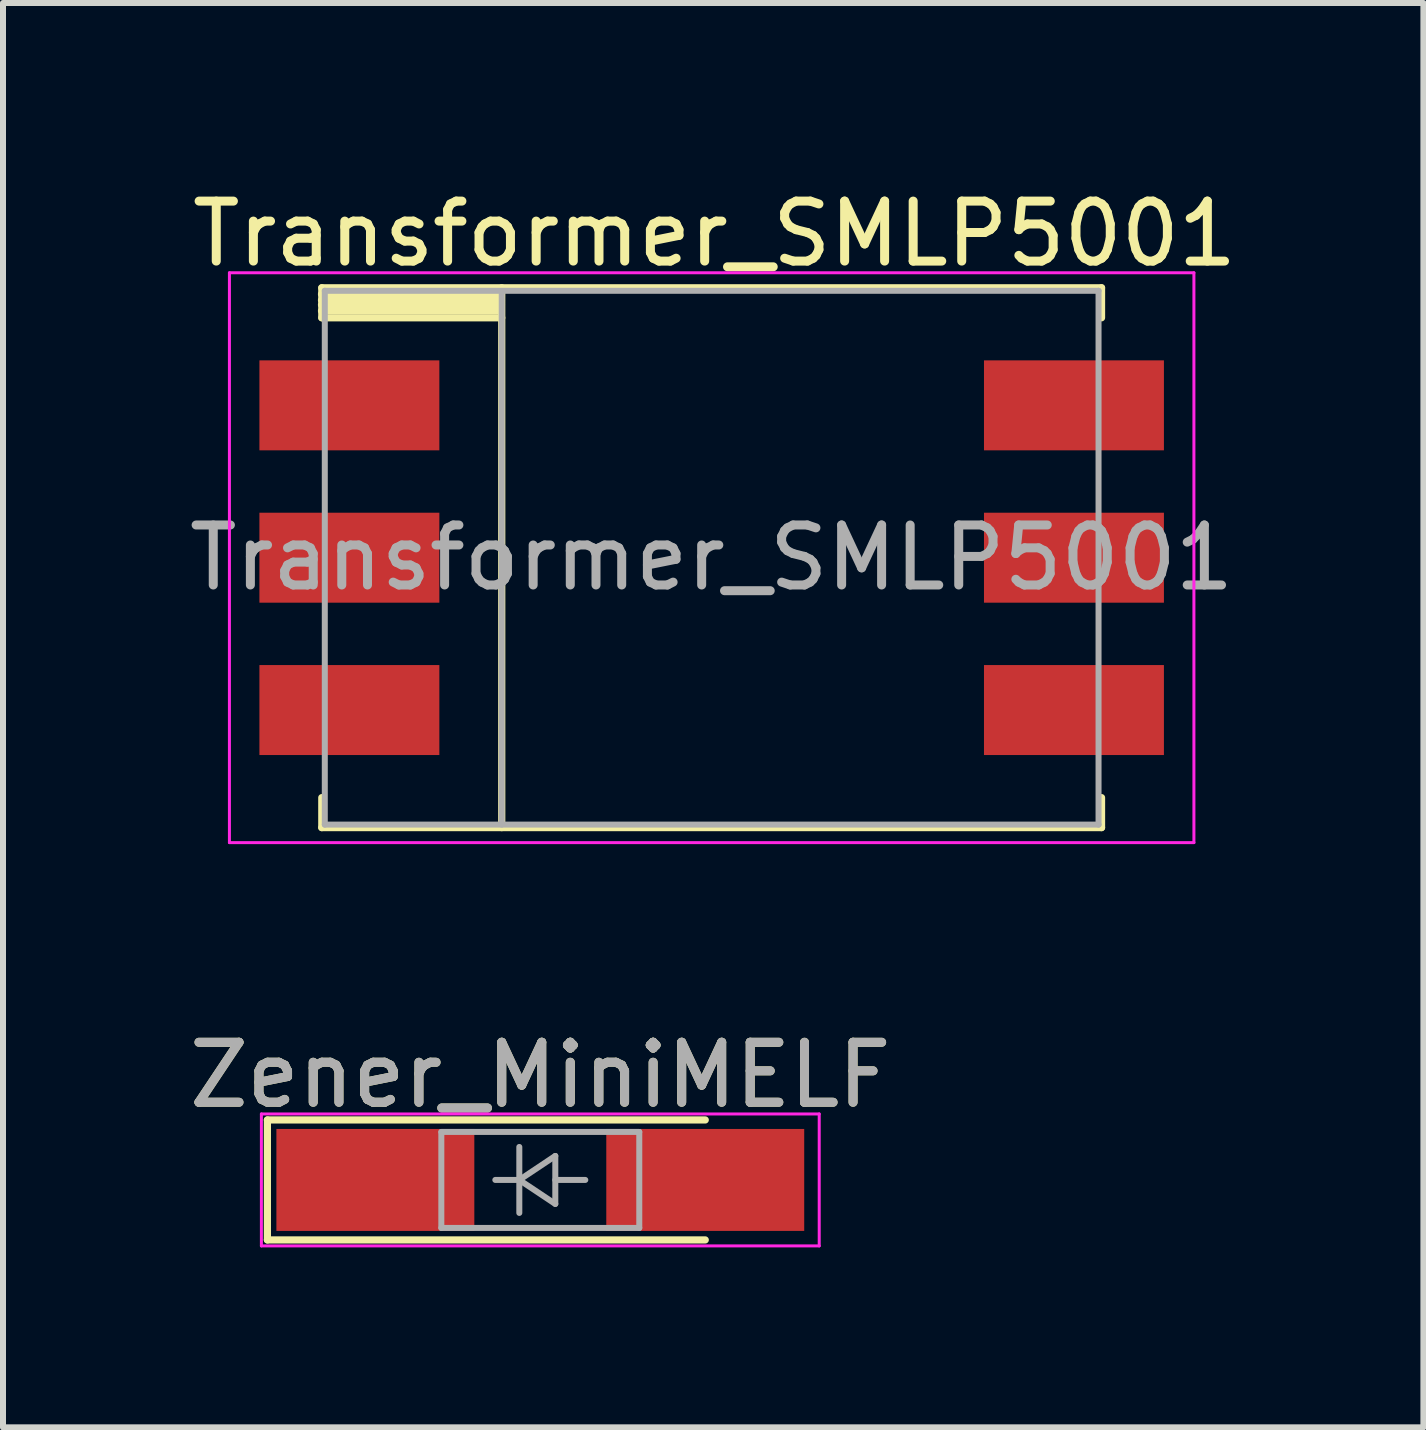
<source format=kicad_pcb>
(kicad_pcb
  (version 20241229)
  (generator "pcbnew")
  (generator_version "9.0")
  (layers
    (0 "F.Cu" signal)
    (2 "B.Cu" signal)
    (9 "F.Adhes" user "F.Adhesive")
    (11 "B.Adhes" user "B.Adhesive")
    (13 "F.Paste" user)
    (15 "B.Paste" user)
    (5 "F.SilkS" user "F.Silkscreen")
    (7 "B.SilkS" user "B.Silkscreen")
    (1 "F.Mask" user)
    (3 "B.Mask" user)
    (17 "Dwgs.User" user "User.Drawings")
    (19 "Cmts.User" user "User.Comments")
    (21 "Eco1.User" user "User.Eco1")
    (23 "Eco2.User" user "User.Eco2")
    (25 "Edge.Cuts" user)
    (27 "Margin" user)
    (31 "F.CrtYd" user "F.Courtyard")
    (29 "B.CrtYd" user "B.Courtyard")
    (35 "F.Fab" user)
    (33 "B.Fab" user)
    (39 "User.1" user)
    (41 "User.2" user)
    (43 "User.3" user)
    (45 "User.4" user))
  (footprint "Transformer_SMLP5001"
    (layer "F.Cu")
    (at 8.815 6.248)
    (property "Reference" "Transformer_SMLP5001" (at 0.05 -5.4 0) (layer "F.SilkS") (effects (font (size 1 1) (thickness 0.15))))
    (attr smd)
    (fp_line (start -6.505 -4.394) (end -3.505 -4.394) (stroke (width 0.12) (type solid)) (layer "F.SilkS"))
    (fp_line (start -6.505 -4.293) (end -3.505 -4.293) (stroke (width 0.12) (type solid)) (layer "F.SilkS"))
    (fp_line (start -6.505 -4.216) (end -3.505 -4.216) (stroke (width 0.12) (type solid)) (layer "F.SilkS"))
    (fp_line (start -6.505 -4.115) (end -3.505 -4.115) (stroke (width 0.12) (type solid)) (layer "F.SilkS"))
    (fp_line (start -6.5 -4.5) (end -6.5 -4) (stroke (width 0.12) (type solid)) (layer "F.SilkS"))
    (fp_line (start -6.5 -4.5) (end 6.5 -4.5) (stroke (width 0.12) (type solid)) (layer "F.SilkS"))
    (fp_line (start -6.5 -4) (end -3.5 -4) (stroke (width 0.12) (type solid)) (layer "F.SilkS"))
    (fp_line (start -6.5 4.5) (end -6.5 4) (stroke (width 0.12) (type solid)) (layer "F.SilkS"))
    (fp_line (start -3.5 -4.5) (end -3.5 4.5) (stroke (width 0.12) (type solid)) (layer "F.SilkS"))
    (fp_line (start 6.5 -4.5) (end 6.5 -4) (stroke (width 0.12) (type solid)) (layer "F.SilkS"))
    (fp_line (start 6.5 4.5) (end -6.5 4.5) (stroke (width 0.12) (type solid)) (layer "F.SilkS"))
    (fp_line (start 6.5 4.5) (end 6.5 4) (stroke (width 0.12) (type solid)) (layer "F.SilkS"))
    (fp_line (start -8.04 -4.75) (end -8.04 4.75) (stroke (width 0.05) (type solid)) (layer "F.CrtYd"))
    (fp_line (start -8.04 -4.75) (end 8.04 -4.75) (stroke (width 0.05) (type solid)) (layer "F.CrtYd"))
    (fp_line (start 8.04 4.75) (end -8.04 4.75) (stroke (width 0.05) (type solid)) (layer "F.CrtYd"))
    (fp_line (start 8.04 4.75) (end 8.04 -4.75) (stroke (width 0.05) (type solid)) (layer "F.CrtYd"))
    (fp_line (start -6.45 -4.45) (end -6.45 4.45) (stroke (width 0.1) (type solid)) (layer "F.Fab"))
    (fp_line (start -6.45 4.45) (end 6.45 4.45) (stroke (width 0.1) (type solid)) (layer "F.Fab"))
    (fp_line (start -3.5 -4.4) (end -3.5 4.45) (stroke (width 0.1) (type solid)) (layer "F.Fab"))
    (fp_line (start 6.45 -4.45) (end -6.45 -4.45) (stroke (width 0.1) (type solid)) (layer "F.Fab"))
    (fp_line (start 6.45 4.45) (end 6.45 -4.45) (stroke (width 0.1) (type solid)) (layer "F.Fab"))
    (fp_text user "${REFERENCE}" (at 0 0 0) (layer "F.Fab") (effects (font (size 1 1) (thickness 0.15))))
    (pad "1" smd rect (at -6.04 -2.54) (size 3 1.5) (layers "F.Cu" "F.Mask" "F.Paste"))
    (pad "2" smd rect (at -6.04 0) (size 3 1.5) (layers "F.Cu" "F.Mask" "F.Paste"))
    (pad "3" smd rect (at -6.04 2.54) (size 3 1.5) (layers "F.Cu" "F.Mask" "F.Paste"))
    (pad "4" smd rect (at 6.04 2.54) (size 3 1.5) (layers "F.Cu" "F.Mask" "F.Paste"))
    (pad "5" smd rect (at 6.04 0) (size 3 1.5) (layers "F.Cu" "F.Mask" "F.Paste"))
    (pad "6" smd rect (at 6.04 -2.54) (size 3 1.5) (layers "F.Cu" "F.Mask" "F.Paste")))
  (footprint "Zener_MiniMELF"
    (layer "F.Cu")
    (at 5.958 16.622)
    (property "Reference" "Zener_MiniMELF" (at 0 -1.75 0) (layer "F.SilkS") (effects (font (size 1 1) (thickness 0.15))))
    (attr smd)
    (fp_line (start -4.55 -1) (end -4.55 1) (stroke (width 0.12) (type solid)) (layer "F.SilkS"))
    (fp_line (start -4.55 1) (end 2.75 1) (stroke (width 0.12) (type solid)) (layer "F.SilkS"))
    (fp_line (start 2.75 -1) (end -4.55 -1) (stroke (width 0.12) (type solid)) (layer "F.SilkS"))
    (fp_line (start -4.65 -1.1) (end 4.65 -1.1) (stroke (width 0.05) (type solid)) (layer "F.CrtYd"))
    (fp_line (start -4.65 1.1) (end -4.65 -1.1) (stroke (width 0.05) (type solid)) (layer "F.CrtYd"))
    (fp_line (start 4.65 -1.1) (end 4.65 1.1) (stroke (width 0.05) (type solid)) (layer "F.CrtYd"))
    (fp_line (start 4.65 1.1) (end -4.65 1.1) (stroke (width 0.05) (type solid)) (layer "F.CrtYd"))
    (fp_line (start -1.65 -0.8) (end 1.65 -0.8) (stroke (width 0.1) (type solid)) (layer "F.Fab"))
    (fp_line (start -1.65 0.8) (end -1.65 -0.8) (stroke (width 0.1) (type solid)) (layer "F.Fab"))
    (fp_line (start -0.75 0) (end -0.35 0) (stroke (width 0.1) (type solid)) (layer "F.Fab"))
    (fp_line (start -0.35 0) (end -0.35 -0.55) (stroke (width 0.1) (type solid)) (layer "F.Fab"))
    (fp_line (start -0.35 0) (end -0.35 0.55) (stroke (width 0.1) (type solid)) (layer "F.Fab"))
    (fp_line (start -0.35 0) (end 0.25 -0.4) (stroke (width 0.1) (type solid)) (layer "F.Fab"))
    (fp_line (start 0.25 -0.4) (end 0.25 0.4) (stroke (width 0.1) (type solid)) (layer "F.Fab"))
    (fp_line (start 0.25 0) (end 0.75 0) (stroke (width 0.1) (type solid)) (layer "F.Fab"))
    (fp_line (start 0.25 0.4) (end -0.35 0) (stroke (width 0.1) (type solid)) (layer "F.Fab"))
    (fp_line (start 1.65 -0.8) (end 1.65 0.8) (stroke (width 0.1) (type solid)) (layer "F.Fab"))
    (fp_line (start 1.65 0.8) (end -1.65 0.8) (stroke (width 0.1) (type solid)) (layer "F.Fab"))
    (fp_text user "${REFERENCE}" (at 0 -1.75 0) (layer "F.Fab") (effects (font (size 1 1) (thickness 0.15))))
    (pad "A" smd rect (at 2.75 0) (size 3.3 1.7) (layers "F.Cu" "F.Mask" "F.Paste"))
    (pad "K" smd rect (at -2.75 0) (size 3.3 1.7) (layers "F.Cu" "F.Mask" "F.Paste")))
  (gr_rect
    (start -3 -3)
    (end 20.681 20.747)
    (stroke (width 0.1) (type default))
    (fill no)
    (layer "Edge.Cuts")))
</source>
